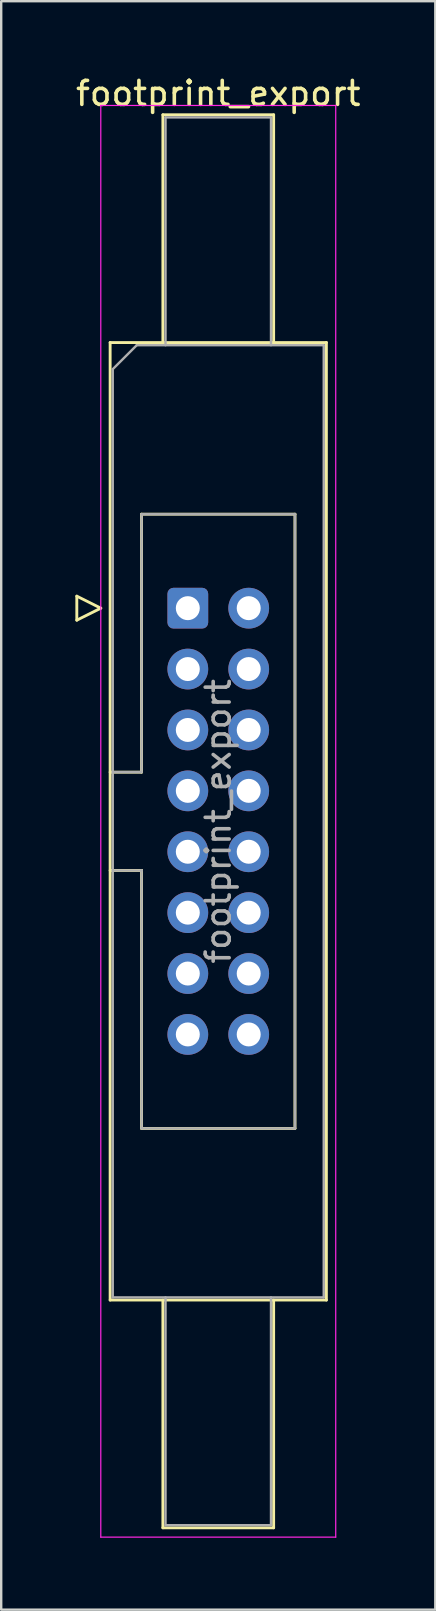
<source format=kicad_pcb>
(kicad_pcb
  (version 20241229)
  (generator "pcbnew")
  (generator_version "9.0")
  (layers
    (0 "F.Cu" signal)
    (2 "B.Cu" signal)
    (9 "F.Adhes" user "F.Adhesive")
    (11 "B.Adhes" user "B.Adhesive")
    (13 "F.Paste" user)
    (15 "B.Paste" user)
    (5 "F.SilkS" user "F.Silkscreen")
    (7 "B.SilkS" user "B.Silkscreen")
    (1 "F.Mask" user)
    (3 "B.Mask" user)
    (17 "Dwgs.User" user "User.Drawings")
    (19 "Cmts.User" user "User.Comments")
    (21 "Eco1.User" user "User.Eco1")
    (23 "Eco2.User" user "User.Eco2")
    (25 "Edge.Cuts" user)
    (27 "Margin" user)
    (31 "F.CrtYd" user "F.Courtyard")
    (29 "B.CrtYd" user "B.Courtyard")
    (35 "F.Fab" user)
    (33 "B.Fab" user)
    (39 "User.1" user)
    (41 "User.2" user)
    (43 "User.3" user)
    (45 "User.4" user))
  (footprint "footprint_export"
    (layer "F.Cu")
    (at 4.784 22.318)
    (property "Reference" "footprint_export" (at 1.27 -21.47 0) (layer "F.SilkS") (effects (font (size 1 1) (thickness 0.15))))
    (attr through_hole)
    (fp_line (start -4.63 -0.5) (end -4.63 0.5) (stroke (width 0.12) (type solid)) (layer "F.SilkS"))
    (fp_line (start -4.63 0.5) (end -3.63 0) (stroke (width 0.12) (type solid)) (layer "F.SilkS"))
    (fp_line (start -3.63 0) (end -4.63 -0.5) (stroke (width 0.12) (type solid)) (layer "F.SilkS"))
    (fp_line (start -3.24 -11.08) (end 5.78 -11.08) (stroke (width 0.12) (type solid)) (layer "F.SilkS"))
    (fp_line (start -3.24 6.84) (end -1.93 6.84) (stroke (width 0.12) (type solid)) (layer "F.SilkS"))
    (fp_line (start -3.24 28.86) (end -3.24 -11.08) (stroke (width 0.12) (type solid)) (layer "F.SilkS"))
    (fp_line (start -1.93 -3.92) (end 4.47 -3.92) (stroke (width 0.12) (type solid)) (layer "F.SilkS"))
    (fp_line (start -1.93 6.84) (end -1.93 -3.92) (stroke (width 0.12) (type solid)) (layer "F.SilkS"))
    (fp_line (start -1.93 10.94) (end -3.24 10.94) (stroke (width 0.12) (type solid)) (layer "F.SilkS"))
    (fp_line (start -1.93 10.94) (end -1.93 10.94) (stroke (width 0.12) (type solid)) (layer "F.SilkS"))
    (fp_line (start -1.93 21.7) (end -1.93 10.94) (stroke (width 0.12) (type solid)) (layer "F.SilkS"))
    (fp_line (start -1.04 -20.58) (end 3.58 -20.58) (stroke (width 0.12) (type solid)) (layer "F.SilkS"))
    (fp_line (start -1.04 -11.08) (end -1.04 -20.58) (stroke (width 0.12) (type solid)) (layer "F.SilkS"))
    (fp_line (start -1.04 28.86) (end -1.04 38.36) (stroke (width 0.12) (type solid)) (layer "F.SilkS"))
    (fp_line (start -1.04 38.36) (end 3.58 38.36) (stroke (width 0.12) (type solid)) (layer "F.SilkS"))
    (fp_line (start 3.58 -20.58) (end 3.58 -11.08) (stroke (width 0.12) (type solid)) (layer "F.SilkS"))
    (fp_line (start 3.58 38.36) (end 3.58 28.86) (stroke (width 0.12) (type solid)) (layer "F.SilkS"))
    (fp_line (start 4.47 -3.92) (end 4.47 21.7) (stroke (width 0.12) (type solid)) (layer "F.SilkS"))
    (fp_line (start 4.47 21.7) (end -1.93 21.7) (stroke (width 0.12) (type solid)) (layer "F.SilkS"))
    (fp_line (start 5.78 -11.08) (end 5.78 28.86) (stroke (width 0.12) (type solid)) (layer "F.SilkS"))
    (fp_line (start 5.78 28.86) (end -3.24 28.86) (stroke (width 0.12) (type solid)) (layer "F.SilkS"))
    (fp_line (start -3.63 -20.97) (end -3.63 38.75) (stroke (width 0.05) (type solid)) (layer "F.CrtYd"))
    (fp_line (start -3.63 38.75) (end 6.17 38.75) (stroke (width 0.05) (type solid)) (layer "F.CrtYd"))
    (fp_line (start 6.17 -20.97) (end -3.63 -20.97) (stroke (width 0.05) (type solid)) (layer "F.CrtYd"))
    (fp_line (start 6.17 38.75) (end 6.17 -20.97) (stroke (width 0.05) (type solid)) (layer "F.CrtYd"))
    (fp_line (start -3.13 -9.97) (end -2.13 -10.97) (stroke (width 0.1) (type solid)) (layer "F.Fab"))
    (fp_line (start -3.13 6.84) (end -1.93 6.84) (stroke (width 0.1) (type solid)) (layer "F.Fab"))
    (fp_line (start -3.13 28.75) (end -3.13 -9.97) (stroke (width 0.1) (type solid)) (layer "F.Fab"))
    (fp_line (start -2.13 -10.97) (end 5.67 -10.97) (stroke (width 0.1) (type solid)) (layer "F.Fab"))
    (fp_line (start -1.93 -3.92) (end 4.47 -3.92) (stroke (width 0.1) (type solid)) (layer "F.Fab"))
    (fp_line (start -1.93 6.84) (end -1.93 -3.92) (stroke (width 0.1) (type solid)) (layer "F.Fab"))
    (fp_line (start -1.93 10.94) (end -3.13 10.94) (stroke (width 0.1) (type solid)) (layer "F.Fab"))
    (fp_line (start -1.93 10.94) (end -1.93 10.94) (stroke (width 0.1) (type solid)) (layer "F.Fab"))
    (fp_line (start -1.93 21.7) (end -1.93 10.94) (stroke (width 0.1) (type solid)) (layer "F.Fab"))
    (fp_line (start -0.93 -20.47) (end 3.47 -20.47) (stroke (width 0.1) (type solid)) (layer "F.Fab"))
    (fp_line (start -0.93 -10.97) (end -0.93 -20.47) (stroke (width 0.1) (type solid)) (layer "F.Fab"))
    (fp_line (start -0.93 28.75) (end -0.93 38.25) (stroke (width 0.1) (type solid)) (layer "F.Fab"))
    (fp_line (start -0.93 38.25) (end 3.47 38.25) (stroke (width 0.1) (type solid)) (layer "F.Fab"))
    (fp_line (start 3.47 -20.47) (end 3.47 -10.97) (stroke (width 0.1) (type solid)) (layer "F.Fab"))
    (fp_line (start 3.47 38.25) (end 3.47 28.75) (stroke (width 0.1) (type solid)) (layer "F.Fab"))
    (fp_line (start 4.47 -3.92) (end 4.47 21.7) (stroke (width 0.1) (type solid)) (layer "F.Fab"))
    (fp_line (start 4.47 21.7) (end -1.93 21.7) (stroke (width 0.1) (type solid)) (layer "F.Fab"))
    (fp_line (start 5.67 -10.97) (end 5.67 28.75) (stroke (width 0.1) (type solid)) (layer "F.Fab"))
    (fp_line (start 5.67 28.75) (end -3.13 28.75) (stroke (width 0.1) (type solid)) (layer "F.Fab"))
    (fp_text user "${REFERENCE}" (at 1.27 8.89 90) (layer "F.Fab") (effects (font (size 1 1) (thickness 0.15))))
    (pad "1" thru_hole roundrect (at 0 0) (size 1.7 1.7) (drill 1) (layers "*.Cu" "*.Mask") (roundrect_rratio 0.147))
    (pad "2" thru_hole circle (at 2.54 0) (size 1.7 1.7) (drill 1) (layers "*.Cu" "*.Mask"))
    (pad "3" thru_hole circle (at 0 2.54) (size 1.7 1.7) (drill 1) (layers "*.Cu" "*.Mask"))
    (pad "4" thru_hole circle (at 2.54 2.54) (size 1.7 1.7) (drill 1) (layers "*.Cu" "*.Mask"))
    (pad "5" thru_hole circle (at 0 5.08) (size 1.7 1.7) (drill 1) (layers "*.Cu" "*.Mask"))
    (pad "6" thru_hole circle (at 2.54 5.08) (size 1.7 1.7) (drill 1) (layers "*.Cu" "*.Mask"))
    (pad "7" thru_hole circle (at 0 7.62) (size 1.7 1.7) (drill 1) (layers "*.Cu" "*.Mask"))
    (pad "8" thru_hole circle (at 2.54 7.62) (size 1.7 1.7) (drill 1) (layers "*.Cu" "*.Mask"))
    (pad "9" thru_hole circle (at 0 10.16) (size 1.7 1.7) (drill 1) (layers "*.Cu" "*.Mask"))
    (pad "10" thru_hole circle (at 2.54 10.16) (size 1.7 1.7) (drill 1) (layers "*.Cu" "*.Mask"))
    (pad "11" thru_hole circle (at 0 12.7) (size 1.7 1.7) (drill 1) (layers "*.Cu" "*.Mask"))
    (pad "12" thru_hole circle (at 2.54 12.7) (size 1.7 1.7) (drill 1) (layers "*.Cu" "*.Mask"))
    (pad "13" thru_hole circle (at 0 15.24) (size 1.7 1.7) (drill 1) (layers "*.Cu" "*.Mask"))
    (pad "14" thru_hole circle (at 2.54 15.24) (size 1.7 1.7) (drill 1) (layers "*.Cu" "*.Mask"))
    (pad "15" thru_hole circle (at 0 17.78) (size 1.7 1.7) (drill 1) (layers "*.Cu" "*.Mask"))
    (pad "16" thru_hole circle (at 2.54 17.78) (size 1.7 1.7) (drill 1) (layers "*.Cu" "*.Mask")))
  (gr_rect
    (start -3 -3)
    (end 15.107 64.093)
    (stroke (width 0.1) (type default))
    (fill no)
    (layer "Edge.Cuts")))
</source>
